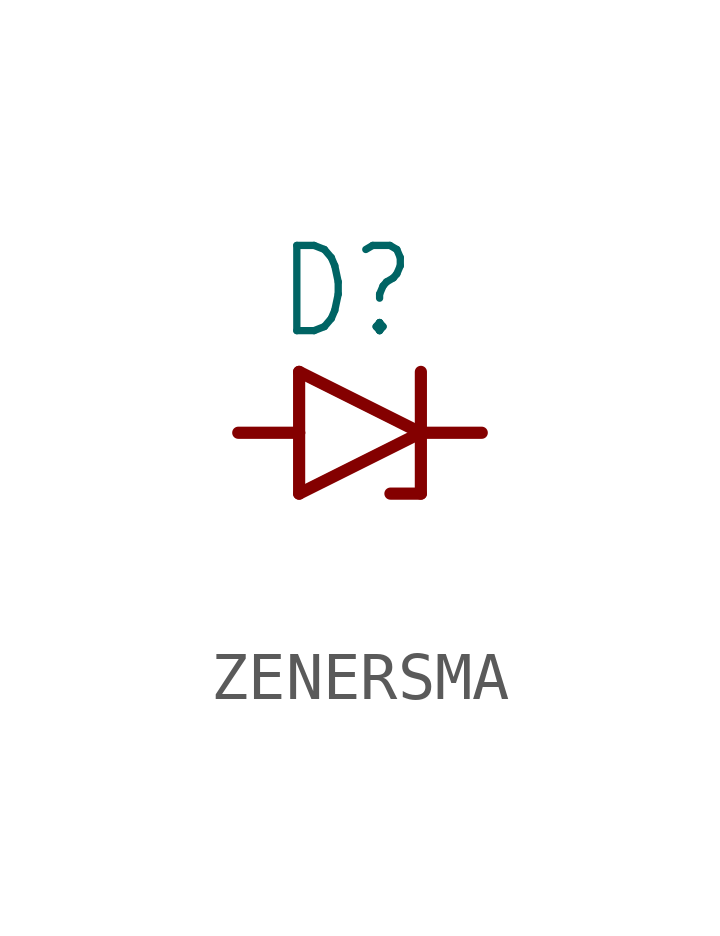
<source format=kicad_sym>
(kicad_symbol_lib
  (version 20231120)
  (generator "kicad_symbol_editor")
  (generator_version "8.0")
  (symbol "ZENERSMA"
    (property "Reference" "D"
      (at -1.778 1.905 0)
      (effects (font (size 1.778 1.511)) (justify left bottom)))
    (property "Value" ""
      (at -1.778 -3.429 0)
      (effects (font (size 1.778 1.511)) (justify left bottom)))
    (property "ki_locked" ""
      (at 0 0 0)
      (effects (font (size 1.27 1.27))))
    (symbol "ZENERSMA_1_0"
      (polyline (pts (xy -1.27 -1.27) (xy 1.27 0)) (stroke (width 0.254) (type solid)) (fill (type none)))
      (polyline (pts (xy -1.27 0) (xy -2.54 0)) (stroke (width 0.254) (type solid)) (fill (type none)))
      (polyline (pts (xy -1.27 0) (xy -1.27 -1.27)) (stroke (width 0.254) (type solid)) (fill (type none)))
      (polyline (pts (xy -1.27 1.27) (xy -1.27 0)) (stroke (width 0.254) (type solid)) (fill (type none)))
      (polyline (pts (xy 1.27 -1.27) (xy 0.635 -1.27)) (stroke (width 0.254) (type solid)) (fill (type none)))
      (polyline (pts (xy 1.27 0) (xy -1.27 1.27)) (stroke (width 0.254) (type solid)) (fill (type none)))
      (polyline (pts (xy 1.27 0) (xy 1.27 -1.27)) (stroke (width 0.254) (type solid)) (fill (type none)))
      (polyline (pts (xy 1.27 0) (xy 2.54 0)) (stroke (width 0.254) (type solid)) (fill (type none)))
      (polyline (pts (xy 1.27 1.27) (xy 1.27 0)) (stroke (width 0.254) (type solid)) (fill (type none)))
      (pin passive line (at -2.54 0 0) (length 0) (name "A" (effects (font (size 0 0)))) (number "A" (effects (font (size 0 0)))))
      (pin passive line (at 2.54 0 180) (length 0) (name "C" (effects (font (size 0 0)))) (number "C" (effects (font (size 0 0))))))))
</source>
